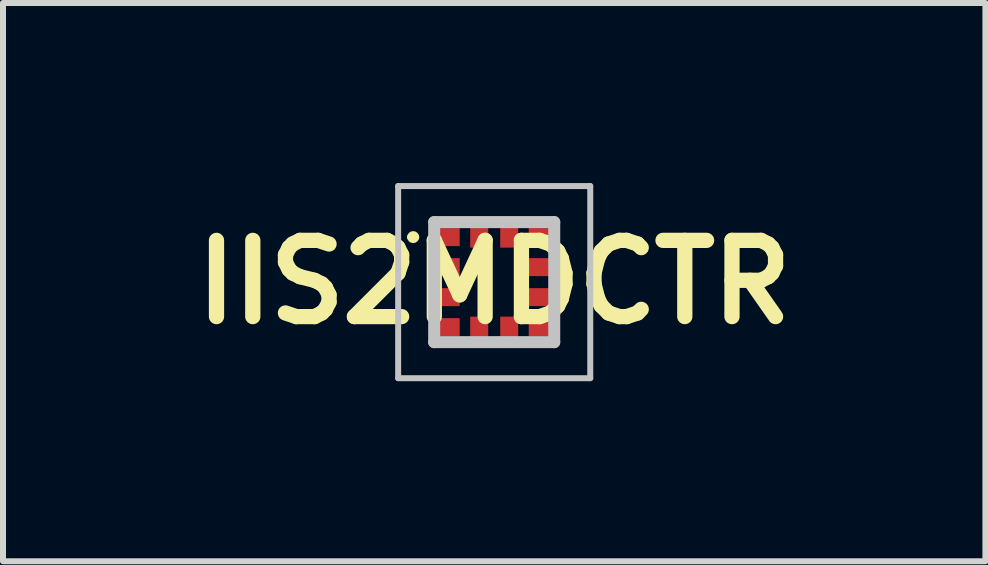
<source format=kicad_pcb>
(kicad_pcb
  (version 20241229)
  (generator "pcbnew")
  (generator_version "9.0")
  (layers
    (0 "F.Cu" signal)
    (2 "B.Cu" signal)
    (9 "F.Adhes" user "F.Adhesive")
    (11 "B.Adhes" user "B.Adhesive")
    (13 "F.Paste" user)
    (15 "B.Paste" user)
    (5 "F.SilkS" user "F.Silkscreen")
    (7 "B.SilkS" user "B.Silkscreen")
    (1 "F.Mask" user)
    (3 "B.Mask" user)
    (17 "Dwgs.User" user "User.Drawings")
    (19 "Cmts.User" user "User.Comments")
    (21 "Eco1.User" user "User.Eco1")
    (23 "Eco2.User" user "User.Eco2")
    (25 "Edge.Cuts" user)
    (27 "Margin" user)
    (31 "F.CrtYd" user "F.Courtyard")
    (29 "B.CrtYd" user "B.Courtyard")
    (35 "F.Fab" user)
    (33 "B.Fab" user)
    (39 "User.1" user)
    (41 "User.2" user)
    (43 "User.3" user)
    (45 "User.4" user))
  (footprint "IIS2MDCTR"
    (layer "F.Cu")
    (at 5.183 1.65)
    (property "Reference" "IIS2MDCTR" (at 0 0 0) (layer "F.SilkS") (effects (font (size 1.27 1.27) (thickness 0.254))))
    (attr smd)
    (fp_line (start -1.4 -0.75) (end -1.4 -0.75) (stroke (width 0.1) (type solid)) (layer "F.SilkS"))
    (fp_line (start -1.3 -0.75) (end -1.3 -0.75) (stroke (width 0.1) (type solid)) (layer "F.SilkS"))
    (fp_arc (start -1.4 -0.75) (mid -1.35 -0.8) (end -1.3 -0.75) (stroke (width 0.1) (type solid)) (layer "F.SilkS"))
    (fp_arc (start -1.3 -0.75) (mid -1.35 -0.7) (end -1.4 -0.75) (stroke (width 0.1) (type solid)) (layer "F.SilkS"))
    (fp_line (start -1.6 -1.6) (end 1.6 -1.6) (stroke (width 0.1) (type solid)) (layer "Dwgs.User"))
    (fp_line (start -1.6 1.6) (end -1.6 -1.6) (stroke (width 0.1) (type solid)) (layer "Dwgs.User"))
    (fp_line (start -1 -1) (end 1 -1) (stroke (width 0.2) (type solid)) (layer "Dwgs.User"))
    (fp_line (start -1 1) (end -1 -1) (stroke (width 0.2) (type solid)) (layer "Dwgs.User"))
    (fp_line (start 1 -1) (end 1 1) (stroke (width 0.2) (type solid)) (layer "Dwgs.User"))
    (fp_line (start 1 1) (end -1 1) (stroke (width 0.2) (type solid)) (layer "Dwgs.User"))
    (fp_line (start 1.6 -1.6) (end 1.6 1.6) (stroke (width 0.1) (type solid)) (layer "Dwgs.User"))
    (fp_line (start 1.6 1.6) (end -1.6 1.6) (stroke (width 0.1) (type solid)) (layer "Dwgs.User"))
    (pad "1" smd rect (at -0.75 -0.75 90) (size 0.3 0.35) (layers "F.Cu" "F.Mask" "F.Paste"))
    (pad "2" smd rect (at -0.75 -0.25 90) (size 0.3 0.35) (layers "F.Cu" "F.Mask" "F.Paste"))
    (pad "3" smd rect (at -0.75 0.25 90) (size 0.3 0.35) (layers "F.Cu" "F.Mask" "F.Paste"))
    (pad "4" smd rect (at -0.75 0.75 90) (size 0.3 0.35) (layers "F.Cu" "F.Mask" "F.Paste"))
    (pad "5" smd rect (at -0.25 0.75) (size 0.3 0.35) (layers "F.Cu" "F.Mask" "F.Paste"))
    (pad "6" smd rect (at 0.25 0.75) (size 0.3 0.35) (layers "F.Cu" "F.Mask" "F.Paste"))
    (pad "7" smd rect (at 0.75 0.75 90) (size 0.3 0.35) (layers "F.Cu" "F.Mask" "F.Paste"))
    (pad "8" smd rect (at 0.75 0.25 90) (size 0.3 0.35) (layers "F.Cu" "F.Mask" "F.Paste"))
    (pad "9" smd rect (at 0.75 -0.25 90) (size 0.3 0.35) (layers "F.Cu" "F.Mask" "F.Paste"))
    (pad "10" smd rect (at 0.75 -0.75 90) (size 0.3 0.35) (layers "F.Cu" "F.Mask" "F.Paste"))
    (pad "11" smd rect (at 0.25 -0.75) (size 0.3 0.35) (layers "F.Cu" "F.Mask" "F.Paste"))
    (pad "12" smd rect (at -0.25 -0.75) (size 0.3 0.35) (layers "F.Cu" "F.Mask" "F.Paste")))
  (gr_rect
    (start -3 -3)
    (end 13.366 6.3)
    (stroke (width 0.1) (type default))
    (fill no)
    (layer "Edge.Cuts")))
</source>
